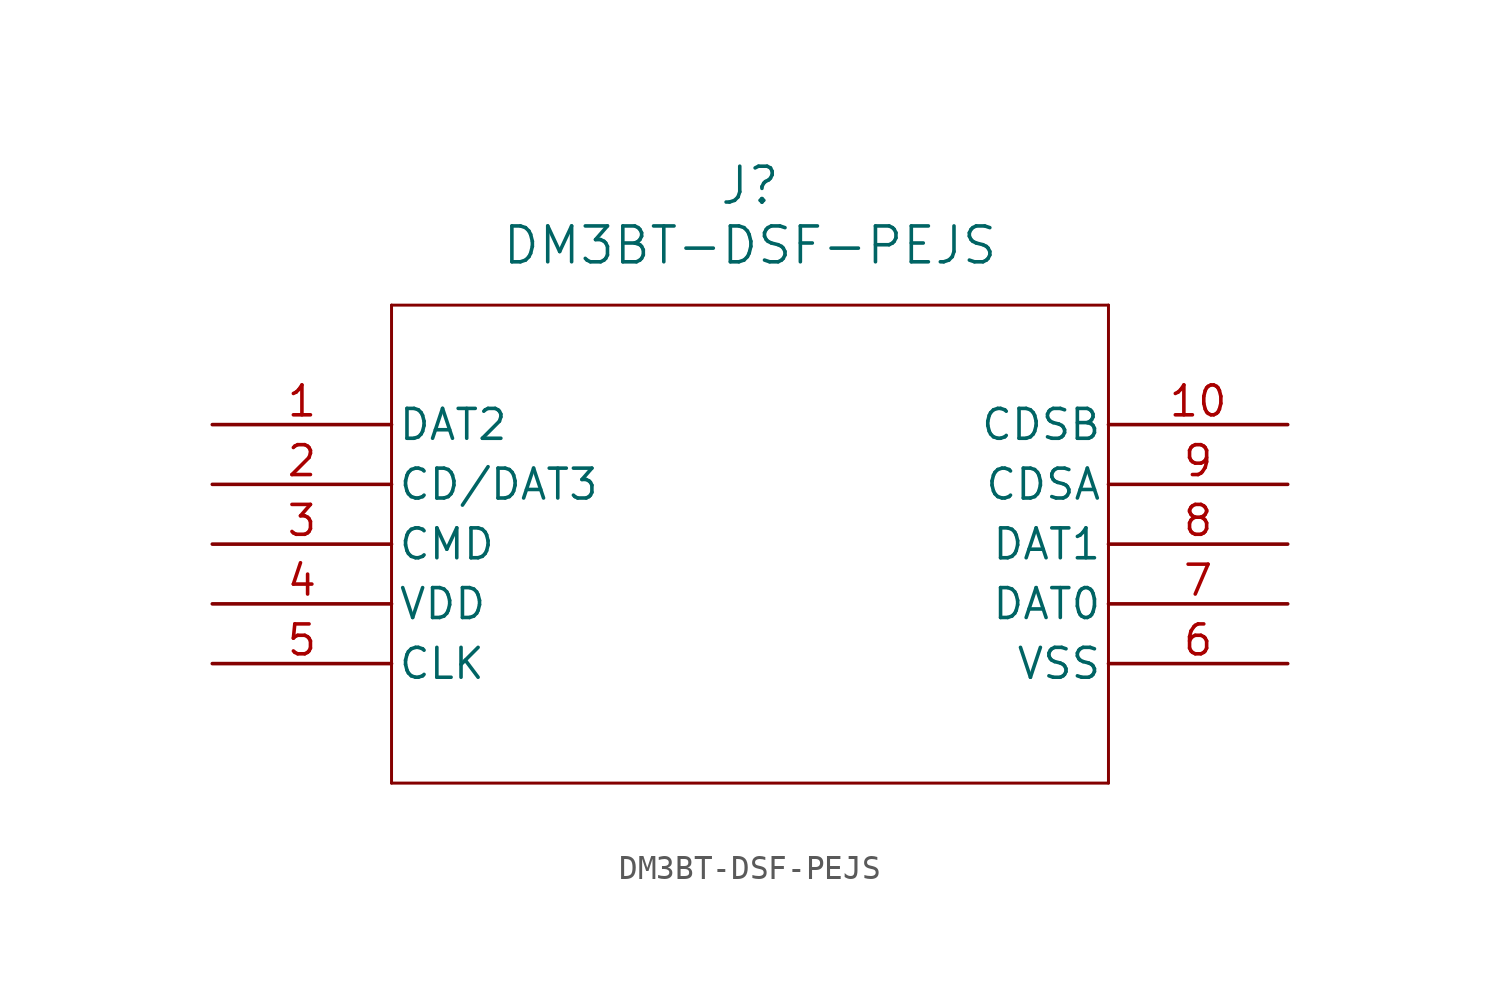
<source format=kicad_sym>
(kicad_symbol_lib
  (version 20211014)
  (generator kicad_symbol_editor)
  (symbol "DM3BT-DSF-PEJS"
    (pin_names
      (offset 0.254))
    (property "Reference" "J"
      (at 22.86 10.16 0)
      (effects (font (size 1.524 1.524))))
    (property "Value" "DM3BT-DSF-PEJS"
      (at 22.86 7.62 0)
      (effects (font (size 1.524 1.524))))
    (polyline
      (pts (xy 7.62 5.08) (xy 7.62 -15.24))
      (stroke (width 0.127) (type default) (color 0 0 0 0))
      (fill (type none)))
    (polyline
      (pts (xy 7.62 -15.24) (xy 38.1 -15.24))
      (stroke (width 0.127) (type default) (color 0 0 0 0))
      (fill (type none)))
    (polyline
      (pts (xy 38.1 -15.24) (xy 38.1 5.08))
      (stroke (width 0.127) (type default) (color 0 0 0 0))
      (fill (type none)))
    (polyline
      (pts (xy 38.1 5.08) (xy 7.62 5.08))
      (stroke (width 0.127) (type default) (color 0 0 0 0))
      (fill (type none)))
    (pin bidirectional line
      (at 0 0 0)
      (length 7.62)
      (name "DAT2" (effects (font (size 1.27 1.27))))
      (number "1" (effects (font (size 1.27 1.27)))))
    (pin bidirectional line
      (at 0 -2.54 0)
      (length 7.62)
      (name "CD/DAT3" (effects (font (size 1.27 1.27))))
      (number "2" (effects (font (size 1.27 1.27)))))
    (pin unspecified line
      (at 0 -5.08 0)
      (length 7.62)
      (name "CMD" (effects (font (size 1.27 1.27))))
      (number "3" (effects (font (size 1.27 1.27)))))
    (pin power_in line
      (at 0 -7.62 0)
      (length 7.62)
      (name "VDD" (effects (font (size 1.27 1.27))))
      (number "4" (effects (font (size 1.27 1.27)))))
    (pin unspecified line
      (at 0 -10.16 0)
      (length 7.62)
      (name "CLK" (effects (font (size 1.27 1.27))))
      (number "5" (effects (font (size 1.27 1.27)))))
    (pin power_out line
      (at 45.72 -10.16 180)
      (length 7.62)
      (name "VSS" (effects (font (size 1.27 1.27))))
      (number "6" (effects (font (size 1.27 1.27)))))
    (pin bidirectional line
      (at 45.72 -7.62 180)
      (length 7.62)
      (name "DAT0" (effects (font (size 1.27 1.27))))
      (number "7" (effects (font (size 1.27 1.27)))))
    (pin bidirectional line
      (at 45.72 -5.08 180)
      (length 7.62)
      (name "DAT1" (effects (font (size 1.27 1.27))))
      (number "8" (effects (font (size 1.27 1.27)))))
    (pin unspecified line
      (at 45.72 -2.54 180)
      (length 7.62)
      (name "CDSA" (effects (font (size 1.27 1.27))))
      (number "9" (effects (font (size 1.27 1.27)))))
    (pin unspecified line
      (at 45.72 0 180)
      (length 7.62)
      (name "CDSB" (effects (font (size 1.27 1.27))))
      (number "10" (effects (font (size 1.27 1.27)))))))
</source>
